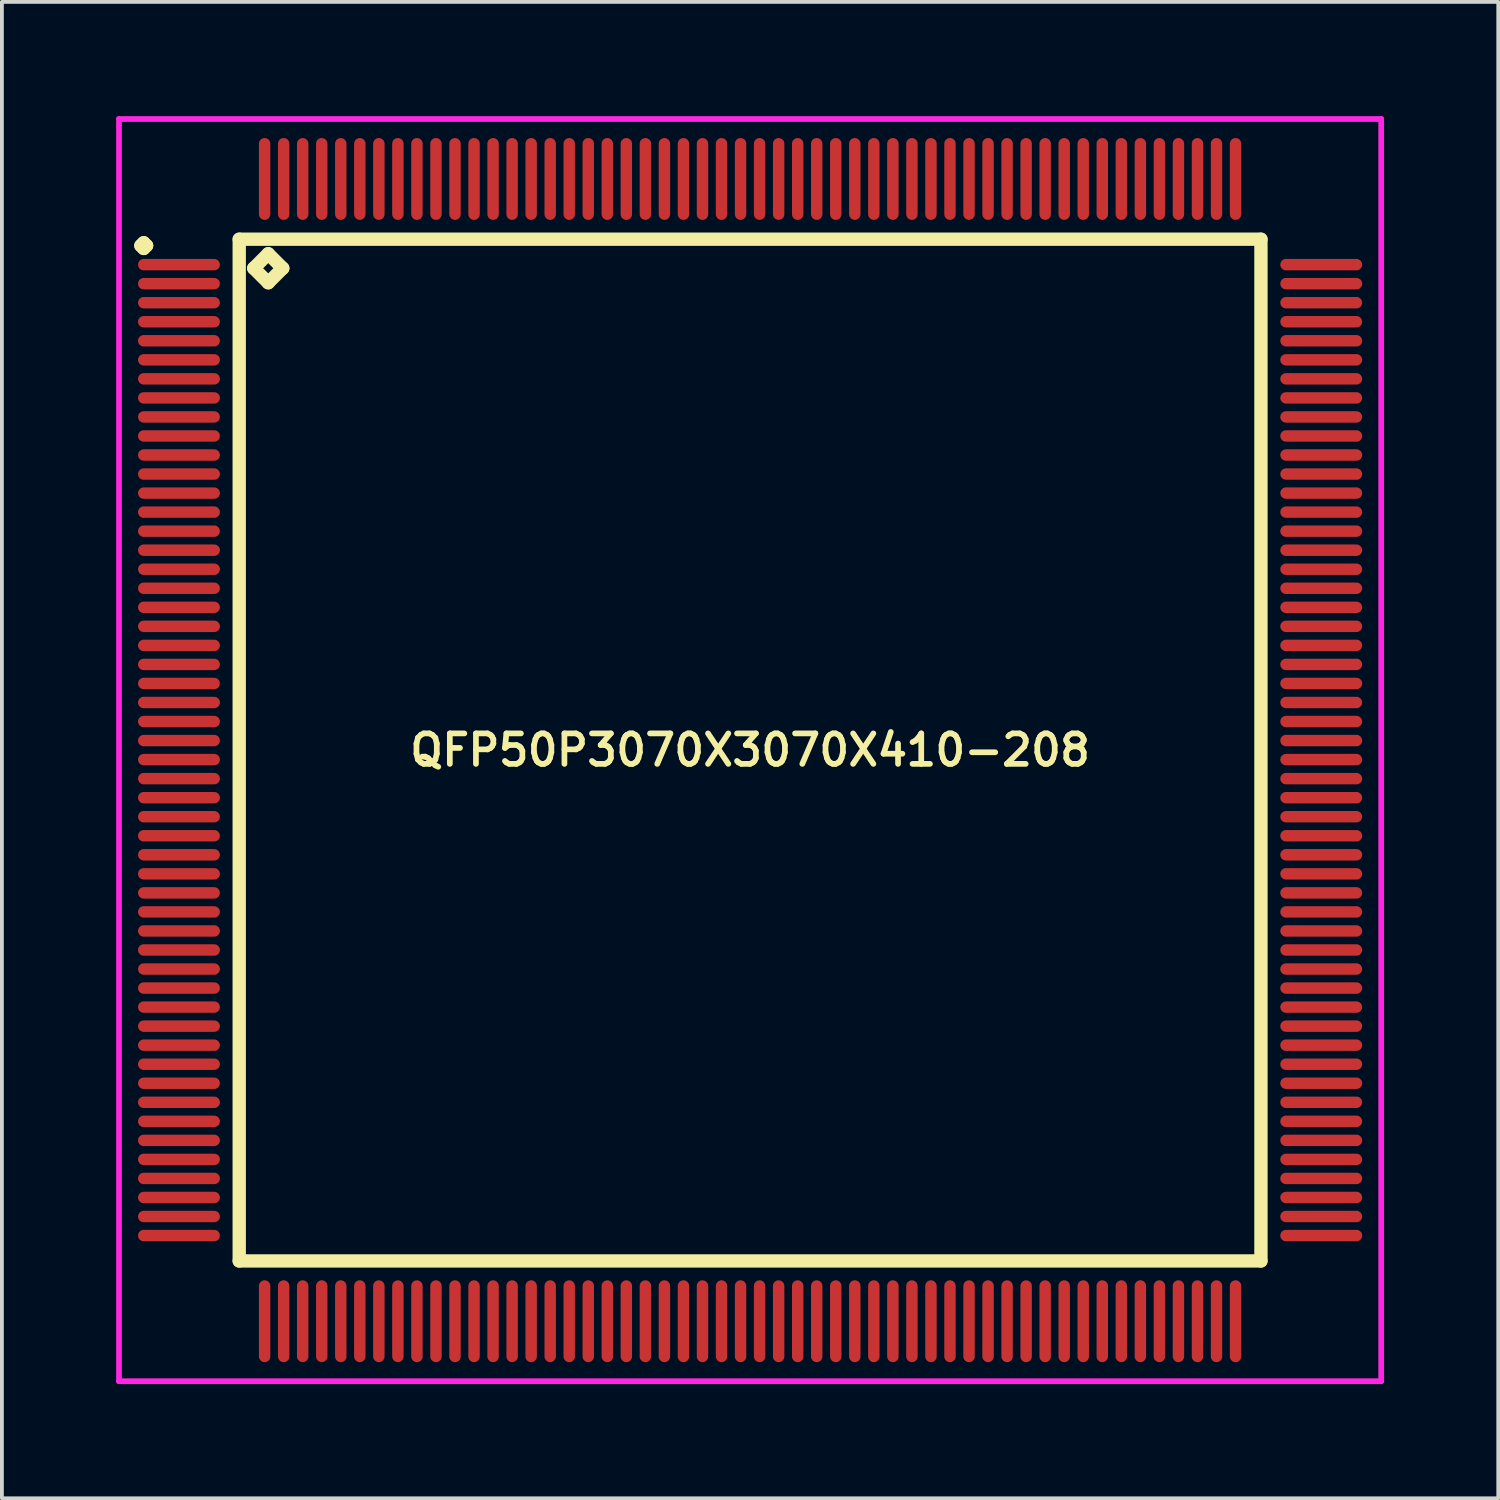
<source format=kicad_pcb>
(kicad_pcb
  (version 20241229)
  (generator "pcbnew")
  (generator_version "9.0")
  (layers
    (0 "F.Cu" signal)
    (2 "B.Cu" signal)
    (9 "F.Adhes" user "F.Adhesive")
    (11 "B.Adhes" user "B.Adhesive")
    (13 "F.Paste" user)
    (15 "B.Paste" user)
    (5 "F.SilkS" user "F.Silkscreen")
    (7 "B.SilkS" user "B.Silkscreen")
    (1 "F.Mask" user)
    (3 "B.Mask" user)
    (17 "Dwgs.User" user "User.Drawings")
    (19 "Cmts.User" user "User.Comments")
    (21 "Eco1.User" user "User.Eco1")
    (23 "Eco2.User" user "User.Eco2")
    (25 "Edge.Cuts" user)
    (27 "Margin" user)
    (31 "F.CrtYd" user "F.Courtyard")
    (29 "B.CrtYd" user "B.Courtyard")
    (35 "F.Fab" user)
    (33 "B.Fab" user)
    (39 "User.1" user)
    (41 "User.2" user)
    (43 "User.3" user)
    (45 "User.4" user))
  (footprint "QFP50P3070X3070X410-208"
    (layer "F.Cu")
    (at 16.65 16.65)
    (property "Reference" "QFP50P3070X3070X410-208" (at 0 0 0) (layer "F.SilkS") (effects (font (size 0.8 0.8) (thickness 0.15))))
    (attr smd)
    (fp_line (start -16 -13.25) (end -15.925 -13.325) (stroke (width 0.35) (type solid)) (layer "F.SilkS"))
    (fp_line (start -15.925 -13.325) (end -15.85 -13.25) (stroke (width 0.35) (type solid)) (layer "F.SilkS"))
    (fp_line (start -15.925 -13.175) (end -16 -13.25) (stroke (width 0.35) (type solid)) (layer "F.SilkS"))
    (fp_line (start -15.85 -13.25) (end -15.925 -13.175) (stroke (width 0.35) (type solid)) (layer "F.SilkS"))
    (fp_line (start -13.417 -13.417) (end -13.417 13.417) (stroke (width 0.35) (type solid)) (layer "F.SilkS"))
    (fp_line (start -13.417 13.417) (end 13.417 13.417) (stroke (width 0.35) (type solid)) (layer "F.SilkS"))
    (fp_line (start -13.036 -12.655) (end -12.655 -13.036) (stroke (width 0.35) (type solid)) (layer "F.SilkS"))
    (fp_line (start -12.655 -13.036) (end -12.274 -12.655) (stroke (width 0.35) (type solid)) (layer "F.SilkS"))
    (fp_line (start -12.655 -12.274) (end -13.036 -12.655) (stroke (width 0.35) (type solid)) (layer "F.SilkS"))
    (fp_line (start -12.274 -12.655) (end -12.655 -12.274) (stroke (width 0.35) (type solid)) (layer "F.SilkS"))
    (fp_line (start 13.417 -13.417) (end -13.417 -13.417) (stroke (width 0.35) (type solid)) (layer "F.SilkS"))
    (fp_line (start 13.417 13.417) (end 13.417 -13.417) (stroke (width 0.35) (type solid)) (layer "F.SilkS"))
    (fp_line (start -16.575 -16.575) (end 16.575 -16.575) (stroke (width 0.15) (type solid)) (layer "F.CrtYd"))
    (fp_line (start -16.575 16.575) (end -16.575 -16.575) (stroke (width 0.15) (type solid)) (layer "F.CrtYd"))
    (fp_line (start 16.575 -16.575) (end 16.575 16.575) (stroke (width 0.15) (type solid)) (layer "F.CrtYd"))
    (fp_line (start 16.575 16.575) (end -16.575 16.575) (stroke (width 0.15) (type solid)) (layer "F.CrtYd"))
    (pad "1" smd oval (at -15 -12.75) (size 2.15 0.3) (layers "F.Cu" "F.Mask" "F.Paste"))
    (pad "2" smd oval (at -15 -12.25) (size 2.15 0.3) (layers "F.Cu" "F.Mask" "F.Paste"))
    (pad "3" smd oval (at -15 -11.75) (size 2.15 0.3) (layers "F.Cu" "F.Mask" "F.Paste"))
    (pad "4" smd oval (at -15 -11.25) (size 2.15 0.3) (layers "F.Cu" "F.Mask" "F.Paste"))
    (pad "5" smd oval (at -15 -10.75) (size 2.15 0.3) (layers "F.Cu" "F.Mask" "F.Paste"))
    (pad "6" smd oval (at -15 -10.25) (size 2.15 0.3) (layers "F.Cu" "F.Mask" "F.Paste"))
    (pad "7" smd oval (at -15 -9.75) (size 2.15 0.3) (layers "F.Cu" "F.Mask" "F.Paste"))
    (pad "8" smd oval (at -15 -9.25) (size 2.15 0.3) (layers "F.Cu" "F.Mask" "F.Paste"))
    (pad "9" smd oval (at -15 -8.75) (size 2.15 0.3) (layers "F.Cu" "F.Mask" "F.Paste"))
    (pad "10" smd oval (at -15 -8.25) (size 2.15 0.3) (layers "F.Cu" "F.Mask" "F.Paste"))
    (pad "11" smd oval (at -15 -7.75) (size 2.15 0.3) (layers "F.Cu" "F.Mask" "F.Paste"))
    (pad "12" smd oval (at -15 -7.25) (size 2.15 0.3) (layers "F.Cu" "F.Mask" "F.Paste"))
    (pad "13" smd oval (at -15 -6.75) (size 2.15 0.3) (layers "F.Cu" "F.Mask" "F.Paste"))
    (pad "14" smd oval (at -15 -6.25) (size 2.15 0.3) (layers "F.Cu" "F.Mask" "F.Paste"))
    (pad "15" smd oval (at -15 -5.75) (size 2.15 0.3) (layers "F.Cu" "F.Mask" "F.Paste"))
    (pad "16" smd oval (at -15 -5.25) (size 2.15 0.3) (layers "F.Cu" "F.Mask" "F.Paste"))
    (pad "17" smd oval (at -15 -4.75) (size 2.15 0.3) (layers "F.Cu" "F.Mask" "F.Paste"))
    (pad "18" smd oval (at -15 -4.25) (size 2.15 0.3) (layers "F.Cu" "F.Mask" "F.Paste"))
    (pad "19" smd oval (at -15 -3.75) (size 2.15 0.3) (layers "F.Cu" "F.Mask" "F.Paste"))
    (pad "20" smd oval (at -15 -3.25) (size 2.15 0.3) (layers "F.Cu" "F.Mask" "F.Paste"))
    (pad "21" smd oval (at -15 -2.75) (size 2.15 0.3) (layers "F.Cu" "F.Mask" "F.Paste"))
    (pad "22" smd oval (at -15 -2.25) (size 2.15 0.3) (layers "F.Cu" "F.Mask" "F.Paste"))
    (pad "23" smd oval (at -15 -1.75) (size 2.15 0.3) (layers "F.Cu" "F.Mask" "F.Paste"))
    (pad "24" smd oval (at -15 -1.25) (size 2.15 0.3) (layers "F.Cu" "F.Mask" "F.Paste"))
    (pad "25" smd oval (at -15 -0.75) (size 2.15 0.3) (layers "F.Cu" "F.Mask" "F.Paste"))
    (pad "26" smd oval (at -15 -0.25) (size 2.15 0.3) (layers "F.Cu" "F.Mask" "F.Paste"))
    (pad "27" smd oval (at -15 0.25) (size 2.15 0.3) (layers "F.Cu" "F.Mask" "F.Paste"))
    (pad "28" smd oval (at -15 0.75) (size 2.15 0.3) (layers "F.Cu" "F.Mask" "F.Paste"))
    (pad "29" smd oval (at -15 1.25) (size 2.15 0.3) (layers "F.Cu" "F.Mask" "F.Paste"))
    (pad "30" smd oval (at -15 1.75) (size 2.15 0.3) (layers "F.Cu" "F.Mask" "F.Paste"))
    (pad "31" smd oval (at -15 2.25) (size 2.15 0.3) (layers "F.Cu" "F.Mask" "F.Paste"))
    (pad "32" smd oval (at -15 2.75) (size 2.15 0.3) (layers "F.Cu" "F.Mask" "F.Paste"))
    (pad "33" smd oval (at -15 3.25) (size 2.15 0.3) (layers "F.Cu" "F.Mask" "F.Paste"))
    (pad "34" smd oval (at -15 3.75) (size 2.15 0.3) (layers "F.Cu" "F.Mask" "F.Paste"))
    (pad "35" smd oval (at -15 4.25) (size 2.15 0.3) (layers "F.Cu" "F.Mask" "F.Paste"))
    (pad "36" smd oval (at -15 4.75) (size 2.15 0.3) (layers "F.Cu" "F.Mask" "F.Paste"))
    (pad "37" smd oval (at -15 5.25) (size 2.15 0.3) (layers "F.Cu" "F.Mask" "F.Paste"))
    (pad "38" smd oval (at -15 5.75) (size 2.15 0.3) (layers "F.Cu" "F.Mask" "F.Paste"))
    (pad "39" smd oval (at -15 6.25) (size 2.15 0.3) (layers "F.Cu" "F.Mask" "F.Paste"))
    (pad "40" smd oval (at -15 6.75) (size 2.15 0.3) (layers "F.Cu" "F.Mask" "F.Paste"))
    (pad "41" smd oval (at -15 7.25) (size 2.15 0.3) (layers "F.Cu" "F.Mask" "F.Paste"))
    (pad "42" smd oval (at -15 7.75) (size 2.15 0.3) (layers "F.Cu" "F.Mask" "F.Paste"))
    (pad "43" smd oval (at -15 8.25) (size 2.15 0.3) (layers "F.Cu" "F.Mask" "F.Paste"))
    (pad "44" smd oval (at -15 8.75) (size 2.15 0.3) (layers "F.Cu" "F.Mask" "F.Paste"))
    (pad "45" smd oval (at -15 9.25) (size 2.15 0.3) (layers "F.Cu" "F.Mask" "F.Paste"))
    (pad "46" smd oval (at -15 9.75) (size 2.15 0.3) (layers "F.Cu" "F.Mask" "F.Paste"))
    (pad "47" smd oval (at -15 10.25) (size 2.15 0.3) (layers "F.Cu" "F.Mask" "F.Paste"))
    (pad "48" smd oval (at -15 10.75) (size 2.15 0.3) (layers "F.Cu" "F.Mask" "F.Paste"))
    (pad "49" smd oval (at -15 11.25) (size 2.15 0.3) (layers "F.Cu" "F.Mask" "F.Paste"))
    (pad "50" smd oval (at -15 11.75) (size 2.15 0.3) (layers "F.Cu" "F.Mask" "F.Paste"))
    (pad "51" smd oval (at -15 12.25) (size 2.15 0.3) (layers "F.Cu" "F.Mask" "F.Paste"))
    (pad "52" smd oval (at -15 12.75) (size 2.15 0.3) (layers "F.Cu" "F.Mask" "F.Paste"))
    (pad "53" smd oval (at -12.75 15) (size 0.3 2.15) (layers "F.Cu" "F.Mask" "F.Paste"))
    (pad "54" smd oval (at -12.25 15) (size 0.3 2.15) (layers "F.Cu" "F.Mask" "F.Paste"))
    (pad "55" smd oval (at -11.75 15) (size 0.3 2.15) (layers "F.Cu" "F.Mask" "F.Paste"))
    (pad "56" smd oval (at -11.25 15) (size 0.3 2.15) (layers "F.Cu" "F.Mask" "F.Paste"))
    (pad "57" smd oval (at -10.75 15) (size 0.3 2.15) (layers "F.Cu" "F.Mask" "F.Paste"))
    (pad "58" smd oval (at -10.25 15) (size 0.3 2.15) (layers "F.Cu" "F.Mask" "F.Paste"))
    (pad "59" smd oval (at -9.75 15) (size 0.3 2.15) (layers "F.Cu" "F.Mask" "F.Paste"))
    (pad "60" smd oval (at -9.25 15) (size 0.3 2.15) (layers "F.Cu" "F.Mask" "F.Paste"))
    (pad "61" smd oval (at -8.75 15) (size 0.3 2.15) (layers "F.Cu" "F.Mask" "F.Paste"))
    (pad "62" smd oval (at -8.25 15) (size 0.3 2.15) (layers "F.Cu" "F.Mask" "F.Paste"))
    (pad "63" smd oval (at -7.75 15) (size 0.3 2.15) (layers "F.Cu" "F.Mask" "F.Paste"))
    (pad "64" smd oval (at -7.25 15) (size 0.3 2.15) (layers "F.Cu" "F.Mask" "F.Paste"))
    (pad "65" smd oval (at -6.75 15) (size 0.3 2.15) (layers "F.Cu" "F.Mask" "F.Paste"))
    (pad "66" smd oval (at -6.25 15) (size 0.3 2.15) (layers "F.Cu" "F.Mask" "F.Paste"))
    (pad "67" smd oval (at -5.75 15) (size 0.3 2.15) (layers "F.Cu" "F.Mask" "F.Paste"))
    (pad "68" smd oval (at -5.25 15) (size 0.3 2.15) (layers "F.Cu" "F.Mask" "F.Paste"))
    (pad "69" smd oval (at -4.75 15) (size 0.3 2.15) (layers "F.Cu" "F.Mask" "F.Paste"))
    (pad "70" smd oval (at -4.25 15) (size 0.3 2.15) (layers "F.Cu" "F.Mask" "F.Paste"))
    (pad "71" smd oval (at -3.75 15) (size 0.3 2.15) (layers "F.Cu" "F.Mask" "F.Paste"))
    (pad "72" smd oval (at -3.25 15) (size 0.3 2.15) (layers "F.Cu" "F.Mask" "F.Paste"))
    (pad "73" smd oval (at -2.75 15) (size 0.3 2.15) (layers "F.Cu" "F.Mask" "F.Paste"))
    (pad "74" smd oval (at -2.25 15) (size 0.3 2.15) (layers "F.Cu" "F.Mask" "F.Paste"))
    (pad "75" smd oval (at -1.75 15) (size 0.3 2.15) (layers "F.Cu" "F.Mask" "F.Paste"))
    (pad "76" smd oval (at -1.25 15) (size 0.3 2.15) (layers "F.Cu" "F.Mask" "F.Paste"))
    (pad "77" smd oval (at -0.75 15) (size 0.3 2.15) (layers "F.Cu" "F.Mask" "F.Paste"))
    (pad "78" smd oval (at -0.25 15) (size 0.3 2.15) (layers "F.Cu" "F.Mask" "F.Paste"))
    (pad "79" smd oval (at 0.25 15) (size 0.3 2.15) (layers "F.Cu" "F.Mask" "F.Paste"))
    (pad "80" smd oval (at 0.75 15) (size 0.3 2.15) (layers "F.Cu" "F.Mask" "F.Paste"))
    (pad "81" smd oval (at 1.25 15) (size 0.3 2.15) (layers "F.Cu" "F.Mask" "F.Paste"))
    (pad "82" smd oval (at 1.75 15) (size 0.3 2.15) (layers "F.Cu" "F.Mask" "F.Paste"))
    (pad "83" smd oval (at 2.25 15) (size 0.3 2.15) (layers "F.Cu" "F.Mask" "F.Paste"))
    (pad "84" smd oval (at 2.75 15) (size 0.3 2.15) (layers "F.Cu" "F.Mask" "F.Paste"))
    (pad "85" smd oval (at 3.25 15) (size 0.3 2.15) (layers "F.Cu" "F.Mask" "F.Paste"))
    (pad "86" smd oval (at 3.75 15) (size 0.3 2.15) (layers "F.Cu" "F.Mask" "F.Paste"))
    (pad "87" smd oval (at 4.25 15) (size 0.3 2.15) (layers "F.Cu" "F.Mask" "F.Paste"))
    (pad "88" smd oval (at 4.75 15) (size 0.3 2.15) (layers "F.Cu" "F.Mask" "F.Paste"))
    (pad "89" smd oval (at 5.25 15) (size 0.3 2.15) (layers "F.Cu" "F.Mask" "F.Paste"))
    (pad "90" smd oval (at 5.75 15) (size 0.3 2.15) (layers "F.Cu" "F.Mask" "F.Paste"))
    (pad "91" smd oval (at 6.25 15) (size 0.3 2.15) (layers "F.Cu" "F.Mask" "F.Paste"))
    (pad "92" smd oval (at 6.75 15) (size 0.3 2.15) (layers "F.Cu" "F.Mask" "F.Paste"))
    (pad "93" smd oval (at 7.25 15) (size 0.3 2.15) (layers "F.Cu" "F.Mask" "F.Paste"))
    (pad "94" smd oval (at 7.75 15) (size 0.3 2.15) (layers "F.Cu" "F.Mask" "F.Paste"))
    (pad "95" smd oval (at 8.25 15) (size 0.3 2.15) (layers "F.Cu" "F.Mask" "F.Paste"))
    (pad "96" smd oval (at 8.75 15) (size 0.3 2.15) (layers "F.Cu" "F.Mask" "F.Paste"))
    (pad "97" smd oval (at 9.25 15) (size 0.3 2.15) (layers "F.Cu" "F.Mask" "F.Paste"))
    (pad "98" smd oval (at 9.75 15) (size 0.3 2.15) (layers "F.Cu" "F.Mask" "F.Paste"))
    (pad "99" smd oval (at 10.25 15) (size 0.3 2.15) (layers "F.Cu" "F.Mask" "F.Paste"))
    (pad "100" smd oval (at 10.75 15) (size 0.3 2.15) (layers "F.Cu" "F.Mask" "F.Paste"))
    (pad "101" smd oval (at 11.25 15) (size 0.3 2.15) (layers "F.Cu" "F.Mask" "F.Paste"))
    (pad "102" smd oval (at 11.75 15) (size 0.3 2.15) (layers "F.Cu" "F.Mask" "F.Paste"))
    (pad "103" smd oval (at 12.25 15) (size 0.3 2.15) (layers "F.Cu" "F.Mask" "F.Paste"))
    (pad "104" smd oval (at 12.75 15) (size 0.3 2.15) (layers "F.Cu" "F.Mask" "F.Paste"))
    (pad "105" smd oval (at 15 12.75) (size 2.15 0.3) (layers "F.Cu" "F.Mask" "F.Paste"))
    (pad "106" smd oval (at 15 12.25) (size 2.15 0.3) (layers "F.Cu" "F.Mask" "F.Paste"))
    (pad "107" smd oval (at 15 11.75) (size 2.15 0.3) (layers "F.Cu" "F.Mask" "F.Paste"))
    (pad "108" smd oval (at 15 11.25) (size 2.15 0.3) (layers "F.Cu" "F.Mask" "F.Paste"))
    (pad "109" smd oval (at 15 10.75) (size 2.15 0.3) (layers "F.Cu" "F.Mask" "F.Paste"))
    (pad "110" smd oval (at 15 10.25) (size 2.15 0.3) (layers "F.Cu" "F.Mask" "F.Paste"))
    (pad "111" smd oval (at 15 9.75) (size 2.15 0.3) (layers "F.Cu" "F.Mask" "F.Paste"))
    (pad "112" smd oval (at 15 9.25) (size 2.15 0.3) (layers "F.Cu" "F.Mask" "F.Paste"))
    (pad "113" smd oval (at 15 8.75) (size 2.15 0.3) (layers "F.Cu" "F.Mask" "F.Paste"))
    (pad "114" smd oval (at 15 8.25) (size 2.15 0.3) (layers "F.Cu" "F.Mask" "F.Paste"))
    (pad "115" smd oval (at 15 7.75) (size 2.15 0.3) (layers "F.Cu" "F.Mask" "F.Paste"))
    (pad "116" smd oval (at 15 7.25) (size 2.15 0.3) (layers "F.Cu" "F.Mask" "F.Paste"))
    (pad "117" smd oval (at 15 6.75) (size 2.15 0.3) (layers "F.Cu" "F.Mask" "F.Paste"))
    (pad "118" smd oval (at 15 6.25) (size 2.15 0.3) (layers "F.Cu" "F.Mask" "F.Paste"))
    (pad "119" smd oval (at 15 5.75) (size 2.15 0.3) (layers "F.Cu" "F.Mask" "F.Paste"))
    (pad "120" smd oval (at 15 5.25) (size 2.15 0.3) (layers "F.Cu" "F.Mask" "F.Paste"))
    (pad "121" smd oval (at 15 4.75) (size 2.15 0.3) (layers "F.Cu" "F.Mask" "F.Paste"))
    (pad "122" smd oval (at 15 4.25) (size 2.15 0.3) (layers "F.Cu" "F.Mask" "F.Paste"))
    (pad "123" smd oval (at 15 3.75) (size 2.15 0.3) (layers "F.Cu" "F.Mask" "F.Paste"))
    (pad "124" smd oval (at 15 3.25) (size 2.15 0.3) (layers "F.Cu" "F.Mask" "F.Paste"))
    (pad "125" smd oval (at 15 2.75) (size 2.15 0.3) (layers "F.Cu" "F.Mask" "F.Paste"))
    (pad "126" smd oval (at 15 2.25) (size 2.15 0.3) (layers "F.Cu" "F.Mask" "F.Paste"))
    (pad "127" smd oval (at 15 1.75) (size 2.15 0.3) (layers "F.Cu" "F.Mask" "F.Paste"))
    (pad "128" smd oval (at 15 1.25) (size 2.15 0.3) (layers "F.Cu" "F.Mask" "F.Paste"))
    (pad "129" smd oval (at 15 0.75) (size 2.15 0.3) (layers "F.Cu" "F.Mask" "F.Paste"))
    (pad "130" smd oval (at 15 0.25) (size 2.15 0.3) (layers "F.Cu" "F.Mask" "F.Paste"))
    (pad "131" smd oval (at 15 -0.25) (size 2.15 0.3) (layers "F.Cu" "F.Mask" "F.Paste"))
    (pad "132" smd oval (at 15 -0.75) (size 2.15 0.3) (layers "F.Cu" "F.Mask" "F.Paste"))
    (pad "133" smd oval (at 15 -1.25) (size 2.15 0.3) (layers "F.Cu" "F.Mask" "F.Paste"))
    (pad "134" smd oval (at 15 -1.75) (size 2.15 0.3) (layers "F.Cu" "F.Mask" "F.Paste"))
    (pad "135" smd oval (at 15 -2.25) (size 2.15 0.3) (layers "F.Cu" "F.Mask" "F.Paste"))
    (pad "136" smd oval (at 15 -2.75) (size 2.15 0.3) (layers "F.Cu" "F.Mask" "F.Paste"))
    (pad "137" smd oval (at 15 -3.25) (size 2.15 0.3) (layers "F.Cu" "F.Mask" "F.Paste"))
    (pad "138" smd oval (at 15 -3.75) (size 2.15 0.3) (layers "F.Cu" "F.Mask" "F.Paste"))
    (pad "139" smd oval (at 15 -4.25) (size 2.15 0.3) (layers "F.Cu" "F.Mask" "F.Paste"))
    (pad "140" smd oval (at 15 -4.75) (size 2.15 0.3) (layers "F.Cu" "F.Mask" "F.Paste"))
    (pad "141" smd oval (at 15 -5.25) (size 2.15 0.3) (layers "F.Cu" "F.Mask" "F.Paste"))
    (pad "142" smd oval (at 15 -5.75) (size 2.15 0.3) (layers "F.Cu" "F.Mask" "F.Paste"))
    (pad "143" smd oval (at 15 -6.25) (size 2.15 0.3) (layers "F.Cu" "F.Mask" "F.Paste"))
    (pad "144" smd oval (at 15 -6.75) (size 2.15 0.3) (layers "F.Cu" "F.Mask" "F.Paste"))
    (pad "145" smd oval (at 15 -7.25) (size 2.15 0.3) (layers "F.Cu" "F.Mask" "F.Paste"))
    (pad "146" smd oval (at 15 -7.75) (size 2.15 0.3) (layers "F.Cu" "F.Mask" "F.Paste"))
    (pad "147" smd oval (at 15 -8.25) (size 2.15 0.3) (layers "F.Cu" "F.Mask" "F.Paste"))
    (pad "148" smd oval (at 15 -8.75) (size 2.15 0.3) (layers "F.Cu" "F.Mask" "F.Paste"))
    (pad "149" smd oval (at 15 -9.25) (size 2.15 0.3) (layers "F.Cu" "F.Mask" "F.Paste"))
    (pad "150" smd oval (at 15 -9.75) (size 2.15 0.3) (layers "F.Cu" "F.Mask" "F.Paste"))
    (pad "151" smd oval (at 15 -10.25) (size 2.15 0.3) (layers "F.Cu" "F.Mask" "F.Paste"))
    (pad "152" smd oval (at 15 -10.75) (size 2.15 0.3) (layers "F.Cu" "F.Mask" "F.Paste"))
    (pad "153" smd oval (at 15 -11.25) (size 2.15 0.3) (layers "F.Cu" "F.Mask" "F.Paste"))
    (pad "154" smd oval (at 15 -11.75) (size 2.15 0.3) (layers "F.Cu" "F.Mask" "F.Paste"))
    (pad "155" smd oval (at 15 -12.25) (size 2.15 0.3) (layers "F.Cu" "F.Mask" "F.Paste"))
    (pad "156" smd oval (at 15 -12.75) (size 2.15 0.3) (layers "F.Cu" "F.Mask" "F.Paste"))
    (pad "157" smd oval (at 12.75 -15) (size 0.3 2.15) (layers "F.Cu" "F.Mask" "F.Paste"))
    (pad "158" smd oval (at 12.25 -15) (size 0.3 2.15) (layers "F.Cu" "F.Mask" "F.Paste"))
    (pad "159" smd oval (at 11.75 -15) (size 0.3 2.15) (layers "F.Cu" "F.Mask" "F.Paste"))
    (pad "160" smd oval (at 11.25 -15) (size 0.3 2.15) (layers "F.Cu" "F.Mask" "F.Paste"))
    (pad "161" smd oval (at 10.75 -15) (size 0.3 2.15) (layers "F.Cu" "F.Mask" "F.Paste"))
    (pad "162" smd oval (at 10.25 -15) (size 0.3 2.15) (layers "F.Cu" "F.Mask" "F.Paste"))
    (pad "163" smd oval (at 9.75 -15) (size 0.3 2.15) (layers "F.Cu" "F.Mask" "F.Paste"))
    (pad "164" smd oval (at 9.25 -15) (size 0.3 2.15) (layers "F.Cu" "F.Mask" "F.Paste"))
    (pad "165" smd oval (at 8.75 -15) (size 0.3 2.15) (layers "F.Cu" "F.Mask" "F.Paste"))
    (pad "166" smd oval (at 8.25 -15) (size 0.3 2.15) (layers "F.Cu" "F.Mask" "F.Paste"))
    (pad "167" smd oval (at 7.75 -15) (size 0.3 2.15) (layers "F.Cu" "F.Mask" "F.Paste"))
    (pad "168" smd oval (at 7.25 -15) (size 0.3 2.15) (layers "F.Cu" "F.Mask" "F.Paste"))
    (pad "169" smd oval (at 6.75 -15) (size 0.3 2.15) (layers "F.Cu" "F.Mask" "F.Paste"))
    (pad "170" smd oval (at 6.25 -15) (size 0.3 2.15) (layers "F.Cu" "F.Mask" "F.Paste"))
    (pad "171" smd oval (at 5.75 -15) (size 0.3 2.15) (layers "F.Cu" "F.Mask" "F.Paste"))
    (pad "172" smd oval (at 5.25 -15) (size 0.3 2.15) (layers "F.Cu" "F.Mask" "F.Paste"))
    (pad "173" smd oval (at 4.75 -15) (size 0.3 2.15) (layers "F.Cu" "F.Mask" "F.Paste"))
    (pad "174" smd oval (at 4.25 -15) (size 0.3 2.15) (layers "F.Cu" "F.Mask" "F.Paste"))
    (pad "175" smd oval (at 3.75 -15) (size 0.3 2.15) (layers "F.Cu" "F.Mask" "F.Paste"))
    (pad "176" smd oval (at 3.25 -15) (size 0.3 2.15) (layers "F.Cu" "F.Mask" "F.Paste"))
    (pad "177" smd oval (at 2.75 -15) (size 0.3 2.15) (layers "F.Cu" "F.Mask" "F.Paste"))
    (pad "178" smd oval (at 2.25 -15) (size 0.3 2.15) (layers "F.Cu" "F.Mask" "F.Paste"))
    (pad "179" smd oval (at 1.75 -15) (size 0.3 2.15) (layers "F.Cu" "F.Mask" "F.Paste"))
    (pad "180" smd oval (at 1.25 -15) (size 0.3 2.15) (layers "F.Cu" "F.Mask" "F.Paste"))
    (pad "181" smd oval (at 0.75 -15) (size 0.3 2.15) (layers "F.Cu" "F.Mask" "F.Paste"))
    (pad "182" smd oval (at 0.25 -15) (size 0.3 2.15) (layers "F.Cu" "F.Mask" "F.Paste"))
    (pad "183" smd oval (at -0.25 -15) (size 0.3 2.15) (layers "F.Cu" "F.Mask" "F.Paste"))
    (pad "184" smd oval (at -0.75 -15) (size 0.3 2.15) (layers "F.Cu" "F.Mask" "F.Paste"))
    (pad "185" smd oval (at -1.25 -15) (size 0.3 2.15) (layers "F.Cu" "F.Mask" "F.Paste"))
    (pad "186" smd oval (at -1.75 -15) (size 0.3 2.15) (layers "F.Cu" "F.Mask" "F.Paste"))
    (pad "187" smd oval (at -2.25 -15) (size 0.3 2.15) (layers "F.Cu" "F.Mask" "F.Paste"))
    (pad "188" smd oval (at -2.75 -15) (size 0.3 2.15) (layers "F.Cu" "F.Mask" "F.Paste"))
    (pad "189" smd oval (at -3.25 -15) (size 0.3 2.15) (layers "F.Cu" "F.Mask" "F.Paste"))
    (pad "190" smd oval (at -3.75 -15) (size 0.3 2.15) (layers "F.Cu" "F.Mask" "F.Paste"))
    (pad "191" smd oval (at -4.25 -15) (size 0.3 2.15) (layers "F.Cu" "F.Mask" "F.Paste"))
    (pad "192" smd oval (at -4.75 -15) (size 0.3 2.15) (layers "F.Cu" "F.Mask" "F.Paste"))
    (pad "193" smd oval (at -5.25 -15) (size 0.3 2.15) (layers "F.Cu" "F.Mask" "F.Paste"))
    (pad "194" smd oval (at -5.75 -15) (size 0.3 2.15) (layers "F.Cu" "F.Mask" "F.Paste"))
    (pad "195" smd oval (at -6.25 -15) (size 0.3 2.15) (layers "F.Cu" "F.Mask" "F.Paste"))
    (pad "196" smd oval (at -6.75 -15) (size 0.3 2.15) (layers "F.Cu" "F.Mask" "F.Paste"))
    (pad "197" smd oval (at -7.25 -15) (size 0.3 2.15) (layers "F.Cu" "F.Mask" "F.Paste"))
    (pad "198" smd oval (at -7.75 -15) (size 0.3 2.15) (layers "F.Cu" "F.Mask" "F.Paste"))
    (pad "199" smd oval (at -8.25 -15) (size 0.3 2.15) (layers "F.Cu" "F.Mask" "F.Paste"))
    (pad "200" smd oval (at -8.75 -15) (size 0.3 2.15) (layers "F.Cu" "F.Mask" "F.Paste"))
    (pad "201" smd oval (at -9.25 -15) (size 0.3 2.15) (layers "F.Cu" "F.Mask" "F.Paste"))
    (pad "202" smd oval (at -9.75 -15) (size 0.3 2.15) (layers "F.Cu" "F.Mask" "F.Paste"))
    (pad "203" smd oval (at -10.25 -15) (size 0.3 2.15) (layers "F.Cu" "F.Mask" "F.Paste"))
    (pad "204" smd oval (at -10.75 -15) (size 0.3 2.15) (layers "F.Cu" "F.Mask" "F.Paste"))
    (pad "205" smd oval (at -11.25 -15) (size 0.3 2.15) (layers "F.Cu" "F.Mask" "F.Paste"))
    (pad "206" smd oval (at -11.75 -15) (size 0.3 2.15) (layers "F.Cu" "F.Mask" "F.Paste"))
    (pad "207" smd oval (at -12.25 -15) (size 0.3 2.15) (layers "F.Cu" "F.Mask" "F.Paste"))
    (pad "208" smd oval (at -12.75 -15) (size 0.3 2.15) (layers "F.Cu" "F.Mask" "F.Paste")))
  (gr_rect
    (start -3 -3)
    (end 36.3 36.3)
    (stroke (width 0.1) (type default))
    (fill no)
    (layer "Edge.Cuts")))
</source>
